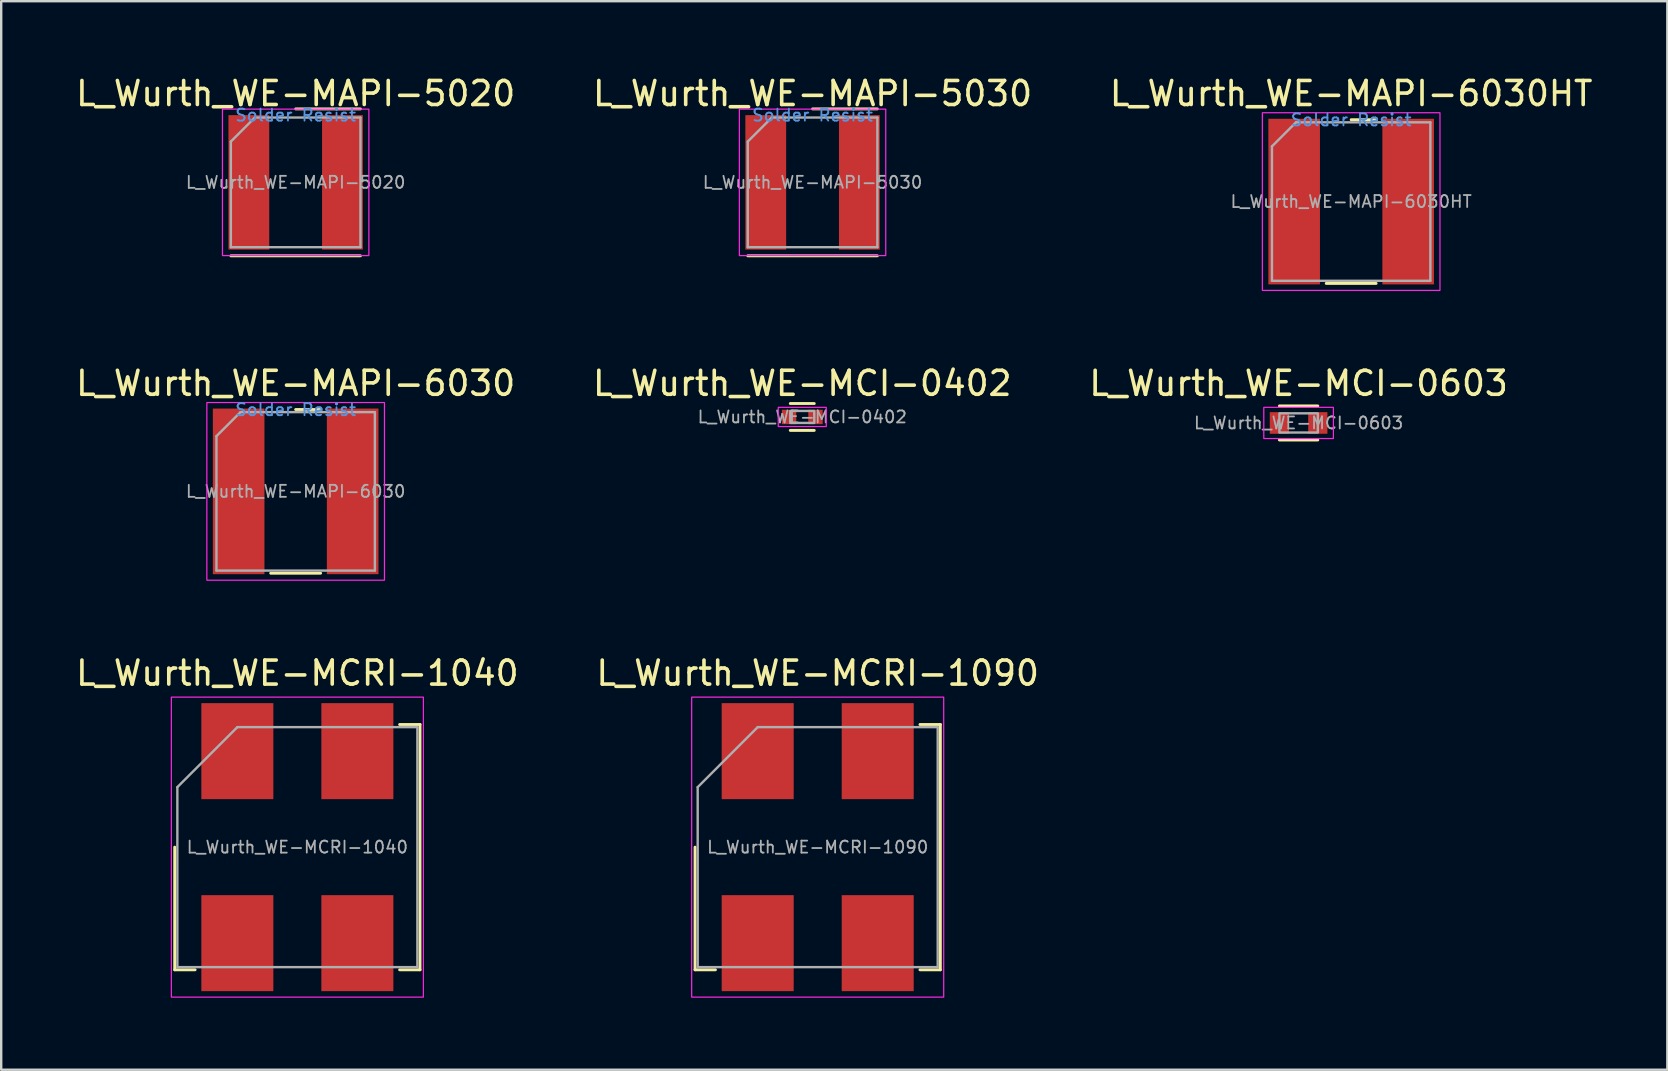
<source format=kicad_pcb>
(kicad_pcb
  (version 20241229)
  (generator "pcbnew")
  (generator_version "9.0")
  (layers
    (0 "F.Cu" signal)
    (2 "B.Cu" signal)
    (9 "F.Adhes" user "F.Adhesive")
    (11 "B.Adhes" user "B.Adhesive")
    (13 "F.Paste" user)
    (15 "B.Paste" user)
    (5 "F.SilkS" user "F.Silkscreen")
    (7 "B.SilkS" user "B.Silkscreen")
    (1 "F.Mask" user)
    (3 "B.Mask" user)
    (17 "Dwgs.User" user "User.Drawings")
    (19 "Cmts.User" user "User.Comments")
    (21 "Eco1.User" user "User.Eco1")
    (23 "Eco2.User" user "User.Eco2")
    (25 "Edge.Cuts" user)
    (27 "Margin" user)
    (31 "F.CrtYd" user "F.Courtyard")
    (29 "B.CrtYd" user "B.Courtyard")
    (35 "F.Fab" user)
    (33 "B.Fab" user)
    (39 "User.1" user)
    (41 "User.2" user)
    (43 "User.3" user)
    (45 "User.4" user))
  (footprint "L_Wurth_WE-MAPI-5030"
    (layer "F.Cu")
    (at 30.804 4.548)
    (property "Reference" "L_Wurth_WE-MAPI-5030" (at 0 -3.7 0) (unlocked yes) (layer "F.SilkS") (effects (font (size 1 1) (thickness 0.15))))
    (attr smd)
    (fp_line (start -2.7 3.06) (end 2.7 3.06) (stroke (width 0.12) (type solid)) (layer "F.SilkS"))
    (fp_line (start 0 -3.06) (end 2.7 -3.06) (stroke (width 0.12) (type solid)) (layer "F.SilkS"))
    (fp_rect (start -3.05 -3.05) (end 3.05 3.05) (stroke (width 0.05) (type solid)) (fill no) (layer "F.CrtYd"))
    (fp_line (start -2.7 -1.7) (end -1.7 -2.7) (stroke (width 0.1) (type solid)) (layer "F.Fab"))
    (fp_line (start -2.7 2.7) (end -2.7 -1.7) (stroke (width 0.1) (type solid)) (layer "F.Fab"))
    (fp_line (start -2.7 2.7) (end 2.7 2.7) (stroke (width 0.1) (type solid)) (layer "F.Fab"))
    (fp_line (start -1.7 -2.7) (end 2.7 -2.7) (stroke (width 0.1) (type solid)) (layer "F.Fab"))
    (fp_line (start 2.7 2.7) (end 2.7 -2.7) (stroke (width 0.1) (type solid)) (layer "F.Fab"))
    (fp_text user "Solder Resist" (at 0 -2.8 0) (unlocked yes) (layer "Cmts.User") (effects (font (size 0.5 0.5) (thickness 0.075))))
    (fp_text user "${REFERENCE}" (at 0 0 0) (unlocked yes) (layer "F.Fab") (effects (font (size 0.5 0.5) (thickness 0.075))))
    (pad "1" smd rect (at -1.95 0) (size 1.7 5.6) (layers "F.Cu" "F.Mask" "F.Paste"))
    (pad "2" smd rect (at 1.95 0) (size 1.7 5.6) (layers "F.Cu" "F.Mask" "F.Paste"))
    (zone (net_name "") (layers "F.Cu" "Dwgs.User") (name "Solder Resist") (hatch full 0.1) (connect_pads) (min_thickness 0.25) (filled_areas_thickness no) (keepout (tracks not_allowed) (vias not_allowed) (pads not_allowed) (copperpour not_allowed) (footprints not_allowed)) (placement (enabled no)) (fill) (polygon (pts (xy 29.704 7.598) (xy 31.904 7.598) (xy 31.904 1.498) (xy 29.704 1.498)))))
  (footprint "L_Wurth_WE-MAPI-5020"
    (layer "F.Cu")
    (at 9.268 4.548)
    (property "Reference" "L_Wurth_WE-MAPI-5020" (at 0 -3.7 0) (unlocked yes) (layer "F.SilkS") (effects (font (size 1 1) (thickness 0.15))))
    (attr smd)
    (fp_line (start -2.7 3.06) (end 2.7 3.06) (stroke (width 0.12) (type solid)) (layer "F.SilkS"))
    (fp_line (start 0 -3.06) (end 2.7 -3.06) (stroke (width 0.12) (type solid)) (layer "F.SilkS"))
    (fp_rect (start -3.05 -3.05) (end 3.05 3.05) (stroke (width 0.05) (type solid)) (fill no) (layer "F.CrtYd"))
    (fp_line (start -2.7 -1.7) (end -1.7 -2.7) (stroke (width 0.1) (type solid)) (layer "F.Fab"))
    (fp_line (start -2.7 2.7) (end -2.7 -1.7) (stroke (width 0.1) (type solid)) (layer "F.Fab"))
    (fp_line (start -2.7 2.7) (end 2.7 2.7) (stroke (width 0.1) (type solid)) (layer "F.Fab"))
    (fp_line (start -1.7 -2.7) (end 2.7 -2.7) (stroke (width 0.1) (type solid)) (layer "F.Fab"))
    (fp_line (start 2.7 2.7) (end 2.7 -2.7) (stroke (width 0.1) (type solid)) (layer "F.Fab"))
    (fp_text user "Solder Resist" (at 0 -2.8 0) (unlocked yes) (layer "Cmts.User") (effects (font (size 0.5 0.5) (thickness 0.075))))
    (fp_text user "${REFERENCE}" (at 0 0 0) (unlocked yes) (layer "F.Fab") (effects (font (size 0.5 0.5) (thickness 0.075))))
    (pad "1" smd rect (at -1.95 0) (size 1.7 5.6) (layers "F.Cu" "F.Mask" "F.Paste"))
    (pad "2" smd rect (at 1.95 0) (size 1.7 5.6) (layers "F.Cu" "F.Mask" "F.Paste"))
    (zone (net_name "") (layers "F.Cu" "Dwgs.User") (name "Solder Resist") (hatch full 0.1) (connect_pads) (min_thickness 0.25) (filled_areas_thickness no) (keepout (tracks not_allowed) (vias not_allowed) (pads not_allowed) (copperpour not_allowed) (footprints not_allowed)) (placement (enabled no)) (fill) (polygon (pts (xy 8.168 7.598) (xy 10.368 7.598) (xy 10.368 1.498) (xy 8.168 1.498)))))
  (footprint "L_Wurth_WE-MCRI-1040"
    (layer "F.Cu")
    (at 9.339 32.245)
    (property "Reference" "L_Wurth_WE-MCRI-1040" (at 0 -7.25 0) (unlocked yes) (layer "F.SilkS") (effects (font (size 1 1) (thickness 0.15))))
    (attr smd)
    (fp_line (start -5.11 5.11) (end -5.11 0) (stroke (width 0.12) (type solid)) (layer "F.SilkS"))
    (fp_line (start -5.11 5.11) (end -4.26 5.11) (stroke (width 0.12) (type solid)) (layer "F.SilkS"))
    (fp_line (start 5.11 -5.11) (end 4.26 -5.11) (stroke (width 0.12) (type solid)) (layer "F.SilkS"))
    (fp_line (start 5.11 -5.11) (end 5.11 5.11) (stroke (width 0.12) (type solid)) (layer "F.SilkS"))
    (fp_line (start 5.11 5.11) (end 4.26 5.11) (stroke (width 0.12) (type solid)) (layer "F.SilkS"))
    (fp_rect (start -5.25 -6.25) (end 5.25 6.25) (stroke (width 0.05) (type solid)) (fill no) (layer "F.CrtYd"))
    (fp_line (start -5 -2.5) (end -5 5) (stroke (width 0.1) (type solid)) (layer "F.Fab"))
    (fp_line (start -5 5) (end 5 5) (stroke (width 0.1) (type solid)) (layer "F.Fab"))
    (fp_line (start -2.5 -5) (end -5 -2.5) (stroke (width 0.1) (type solid)) (layer "F.Fab"))
    (fp_line (start 5 -5) (end -2.5 -5) (stroke (width 0.1) (type solid)) (layer "F.Fab"))
    (fp_line (start 5 5) (end 5 -5) (stroke (width 0.1) (type solid)) (layer "F.Fab"))
    (fp_text user "${REFERENCE}" (at 0 0 0) (unlocked yes) (layer "F.Fab") (effects (font (size 0.5 0.5) (thickness 0.075))))
    (pad "1" smd rect (at -2.5 -4) (size 3 4) (layers "F.Cu" "F.Mask" "F.Paste"))
    (pad "2" smd rect (at -2.5 4) (size 3 4) (layers "F.Cu" "F.Mask" "F.Paste"))
    (pad "3" smd rect (at 2.5 4) (size 3 4) (layers "F.Cu" "F.Mask" "F.Paste"))
    (pad "4" smd rect (at 2.5 -4) (size 3 4) (layers "F.Cu" "F.Mask" "F.Paste")))
  (footprint "L_Wurth_WE-MCI-0603"
    (layer "F.Cu")
    (at 51.054 14.572)
    (property "Reference" "L_Wurth_WE-MCI-0603" (at 0 -1.65 0) (unlocked yes) (layer "F.SilkS") (effects (font (size 1 1) (thickness 0.15))))
    (attr smd)
    (fp_line (start -0.8 -0.71) (end 0.8 -0.71) (stroke (width 0.12) (type solid)) (layer "F.SilkS"))
    (fp_line (start -0.8 0.71) (end 0.8 0.71) (stroke (width 0.12) (type solid)) (layer "F.SilkS"))
    (fp_rect (start -1.45 -0.65) (end 1.45 0.65) (stroke (width 0.05) (type solid)) (fill no) (layer "F.CrtYd"))
    (fp_rect (start -0.8 -0.4) (end 0.8 0.4) (stroke (width 0.1) (type solid)) (fill no) (layer "F.Fab"))
    (fp_text user "${REFERENCE}" (at 0 0 0) (unlocked yes) (layer "F.Fab") (effects (font (size 0.5 0.5) (thickness 0.075))))
    (pad "1" smd rect (at -0.8 0) (size 0.8 0.9) (layers "F.Cu" "F.Mask" "F.Paste"))
    (pad "2" smd rect (at 0.8 0) (size 0.8 0.9) (layers "F.Cu" "F.Mask" "F.Paste")))
  (footprint "L_Wurth_WE-MAPI-6030"
    (layer "F.Cu")
    (at 9.268 17.422)
    (property "Reference" "L_Wurth_WE-MAPI-6030" (at 0 -4.5 0) (unlocked yes) (layer "F.SilkS") (effects (font (size 1 1) (thickness 0.15))))
    (attr smd)
    (fp_line (start -1.04 3.41) (end 1.04 3.41) (stroke (width 0.12) (type solid)) (layer "F.SilkS"))
    (fp_line (start 0 -3.41) (end 1.04 -3.41) (stroke (width 0.12) (type solid)) (layer "F.SilkS"))
    (fp_rect (start -3.7 -3.7) (end 3.7 3.7) (stroke (width 0.05) (type solid)) (fill no) (layer "F.CrtYd"))
    (fp_line (start -3.3 -2.3) (end -2.3 -3.3) (stroke (width 0.1) (type solid)) (layer "F.Fab"))
    (fp_line (start -3.3 3.3) (end -3.3 -2.3) (stroke (width 0.1) (type solid)) (layer "F.Fab"))
    (fp_line (start -3.3 3.3) (end 3.3 3.3) (stroke (width 0.1) (type solid)) (layer "F.Fab"))
    (fp_line (start -2.3 -3.3) (end 3.3 -3.3) (stroke (width 0.1) (type solid)) (layer "F.Fab"))
    (fp_line (start 3.3 3.3) (end 3.3 -3.3) (stroke (width 0.1) (type solid)) (layer "F.Fab"))
    (fp_text user "Solder Resist" (at 0 -3.4 0) (unlocked yes) (layer "Cmts.User") (effects (font (size 0.5 0.5) (thickness 0.075))))
    (fp_text user "${REFERENCE}" (at 0 0 0) (unlocked yes) (layer "F.Fab") (effects (font (size 0.5 0.5) (thickness 0.075))))
    (pad "1" smd rect (at -2.375 0) (size 2.15 6.9) (layers "F.Cu" "F.Mask" "F.Paste"))
    (pad "2" smd rect (at 2.375 0) (size 2.15 6.9) (layers "F.Cu" "F.Mask" "F.Paste"))
    (zone (net_name "") (layers "F.Cu" "Dwgs.User") (name "Solder Resist") (hatch full 0.1) (connect_pads) (min_thickness 0.25) (filled_areas_thickness no) (keepout (tracks not_allowed) (vias not_allowed) (pads not_allowed) (copperpour not_allowed) (footprints not_allowed)) (placement (enabled no)) (fill) (polygon (pts (xy 7.968 13.972) (xy 7.968 20.872) (xy 10.568 20.872) (xy 10.568 13.972)))))
  (footprint "L_Wurth_WE-MCI-0402"
    (layer "F.Cu")
    (at 30.375 14.322)
    (property "Reference" "L_Wurth_WE-MCI-0402" (at 0 -1.4 0) (unlocked yes) (layer "F.SilkS") (effects (font (size 1 1) (thickness 0.15))))
    (attr smd)
    (fp_line (start -0.5 -0.56) (end 0.5 -0.56) (stroke (width 0.12) (type solid)) (layer "F.SilkS"))
    (fp_line (start -0.5 0.56) (end 0.5 0.56) (stroke (width 0.12) (type solid)) (layer "F.SilkS"))
    (fp_rect (start -1 -0.4) (end 1 0.4) (stroke (width 0.05) (type solid)) (fill no) (layer "F.CrtYd"))
    (fp_rect (start -0.5 -0.25) (end 0.5 0.25) (stroke (width 0.1) (type solid)) (fill no) (layer "F.Fab"))
    (fp_text user "${REFERENCE}" (at 0 0 0) (unlocked yes) (layer "F.Fab") (effects (font (size 0.5 0.5) (thickness 0.075))))
    (pad "1" smd rect (at -0.55 0) (size 0.6 0.6) (layers "F.Cu" "F.Mask" "F.Paste"))
    (pad "2" smd rect (at 0.55 0) (size 0.6 0.6) (layers "F.Cu" "F.Mask" "F.Paste")))
  (footprint "L_Wurth_WE-MAPI-6030HT"
    (layer "F.Cu")
    (at 53.244 5.348)
    (property "Reference" "L_Wurth_WE-MAPI-6030HT" (at 0 -4.5 0) (unlocked yes) (layer "F.SilkS") (effects (font (size 1 1) (thickness 0.15))))
    (attr smd)
    (fp_line (start -1.04 3.41) (end 1.04 3.41) (stroke (width 0.12) (type solid)) (layer "F.SilkS"))
    (fp_line (start 0 -3.41) (end 1.04 -3.41) (stroke (width 0.12) (type solid)) (layer "F.SilkS"))
    (fp_rect (start -3.7 -3.7) (end 3.7 3.7) (stroke (width 0.05) (type solid)) (fill no) (layer "F.CrtYd"))
    (fp_line (start -3.3 -2.3) (end -2.3 -3.3) (stroke (width 0.1) (type solid)) (layer "F.Fab"))
    (fp_line (start -3.3 3.3) (end -3.3 -2.3) (stroke (width 0.1) (type solid)) (layer "F.Fab"))
    (fp_line (start -3.3 3.3) (end 3.3 3.3) (stroke (width 0.1) (type solid)) (layer "F.Fab"))
    (fp_line (start -2.3 -3.3) (end 3.3 -3.3) (stroke (width 0.1) (type solid)) (layer "F.Fab"))
    (fp_line (start 3.3 3.3) (end 3.3 -3.3) (stroke (width 0.1) (type solid)) (layer "F.Fab"))
    (fp_text user "Solder Resist" (at 0 -3.4 0) (unlocked yes) (layer "Cmts.User") (effects (font (size 0.5 0.5) (thickness 0.075))))
    (fp_text user "${REFERENCE}" (at 0 0 0) (unlocked yes) (layer "F.Fab") (effects (font (size 0.5 0.5) (thickness 0.075))))
    (pad "1" smd rect (at -2.375 0) (size 2.15 6.9) (layers "F.Cu" "F.Mask" "F.Paste"))
    (pad "2" smd rect (at 2.375 0) (size 2.15 6.9) (layers "F.Cu" "F.Mask" "F.Paste"))
    (zone (net_name "") (layers "F.Cu" "Dwgs.User") (name "Solder Resist") (hatch full 0.1) (connect_pads) (min_thickness 0.25) (filled_areas_thickness no) (keepout (tracks not_allowed) (vias not_allowed) (pads not_allowed) (copperpour not_allowed) (footprints not_allowed)) (placement (enabled no)) (fill) (polygon (pts (xy 51.944 1.898) (xy 51.944 8.798) (xy 54.544 8.798) (xy 54.544 1.898)))))
  (footprint "L_Wurth_WE-MCRI-1090"
    (layer "F.Cu")
    (at 31.018 32.245)
    (property "Reference" "L_Wurth_WE-MCRI-1090" (at 0 -7.25 0) (unlocked yes) (layer "F.SilkS") (effects (font (size 1 1) (thickness 0.15))))
    (attr smd)
    (fp_line (start -5.11 5.11) (end -5.11 0) (stroke (width 0.12) (type solid)) (layer "F.SilkS"))
    (fp_line (start -5.11 5.11) (end -4.26 5.11) (stroke (width 0.12) (type solid)) (layer "F.SilkS"))
    (fp_line (start 5.11 -5.11) (end 4.26 -5.11) (stroke (width 0.12) (type solid)) (layer "F.SilkS"))
    (fp_line (start 5.11 -5.11) (end 5.11 5.11) (stroke (width 0.12) (type solid)) (layer "F.SilkS"))
    (fp_line (start 5.11 5.11) (end 4.26 5.11) (stroke (width 0.12) (type solid)) (layer "F.SilkS"))
    (fp_rect (start -5.25 -6.25) (end 5.25 6.25) (stroke (width 0.05) (type solid)) (fill no) (layer "F.CrtYd"))
    (fp_line (start -5 -2.5) (end -5 5) (stroke (width 0.1) (type solid)) (layer "F.Fab"))
    (fp_line (start -5 5) (end 5 5) (stroke (width 0.1) (type solid)) (layer "F.Fab"))
    (fp_line (start -2.5 -5) (end -5 -2.5) (stroke (width 0.1) (type solid)) (layer "F.Fab"))
    (fp_line (start 5 -5) (end -2.5 -5) (stroke (width 0.1) (type solid)) (layer "F.Fab"))
    (fp_line (start 5 5) (end 5 -5) (stroke (width 0.1) (type solid)) (layer "F.Fab"))
    (fp_text user "${REFERENCE}" (at 0 0 0) (unlocked yes) (layer "F.Fab") (effects (font (size 0.5 0.5) (thickness 0.075))))
    (pad "1" smd rect (at -2.5 -4) (size 3 4) (layers "F.Cu" "F.Mask" "F.Paste"))
    (pad "2" smd rect (at -2.5 4) (size 3 4) (layers "F.Cu" "F.Mask" "F.Paste"))
    (pad "3" smd rect (at 2.5 4) (size 3 4) (layers "F.Cu" "F.Mask" "F.Paste"))
    (pad "4" smd rect (at 2.5 -4) (size 3 4) (layers "F.Cu" "F.Mask" "F.Paste")))
  (gr_rect
    (start -3 -3)
    (end 66.417 41.52)
    (stroke (width 0.1) (type default))
    (fill no)
    (layer "Edge.Cuts")))
</source>
